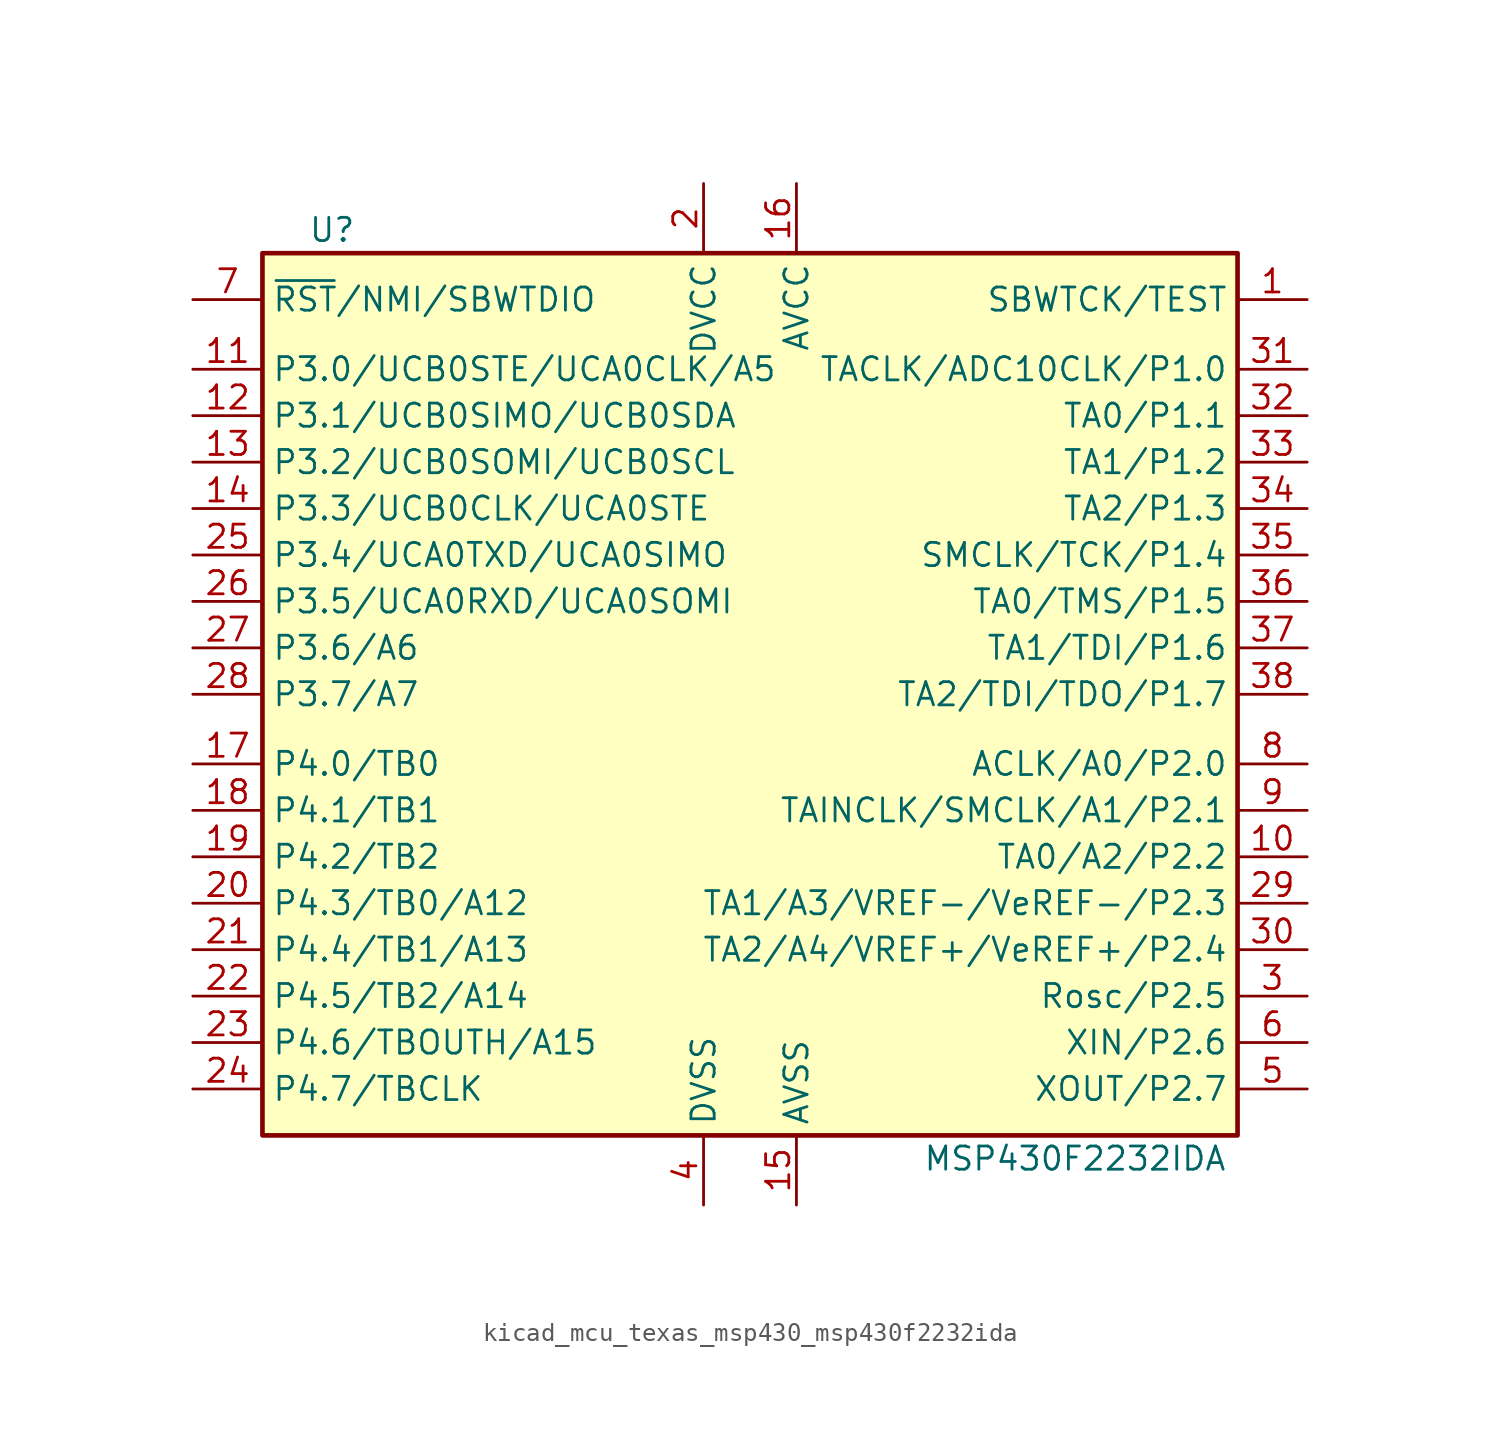
<source format=kicad_sym>
(kicad_symbol_lib
  (version 20220914)
  (generator kicad_symbol_editor)
  (symbol "kicad_mcu_texas_msp430_msp430f2232ida"
    (property "Reference" "U"
      (at -22.86 25.4 0)
      (effects (font (size 1.27 1.27))))
    (property "Value" "MSP430F2232IDA"
      (at 17.78 -25.4 0)
      (effects (font (size 1.27 1.27))))
    (symbol "kicad_mcu_texas_msp430_msp430f2232ida_0_1"
      (rectangle (start -26.67 24.13) (end 26.67 -24.13) (stroke (width 0.254) (type default)) (fill (type background))))
    (symbol "kicad_mcu_texas_msp430_msp430f2232ida_1_1"
      (pin input line (at 30.48 21.59 180) (length 3.81) (name "SBWTCK/TEST" (effects (font (size 1.27 1.27)))) (number "1" (effects (font (size 1.27 1.27)))))
      (pin bidirectional line (at 30.48 -8.89 180) (length 3.81) (name "TA0/A2/P2.2" (effects (font (size 1.27 1.27)))) (number "10" (effects (font (size 1.27 1.27)))))
      (pin bidirectional line (at -30.48 17.78 0) (length 3.81) (name "P3.0/UCB0STE/UCA0CLK/A5" (effects (font (size 1.27 1.27)))) (number "11" (effects (font (size 1.27 1.27)))))
      (pin bidirectional line (at -30.48 15.24 0) (length 3.81) (name "P3.1/UCB0SIMO/UCB0SDA" (effects (font (size 1.27 1.27)))) (number "12" (effects (font (size 1.27 1.27)))))
      (pin bidirectional line (at -30.48 12.7 0) (length 3.81) (name "P3.2/UCB0SOMI/UCB0SCL" (effects (font (size 1.27 1.27)))) (number "13" (effects (font (size 1.27 1.27)))))
      (pin bidirectional line (at -30.48 10.16 0) (length 3.81) (name "P3.3/UCB0CLK/UCA0STE" (effects (font (size 1.27 1.27)))) (number "14" (effects (font (size 1.27 1.27)))))
      (pin power_in line (at 2.54 -27.94 90) (length 3.81) (name "AVSS" (effects (font (size 1.27 1.27)))) (number "15" (effects (font (size 1.27 1.27)))))
      (pin power_in line (at 2.54 27.94 270) (length 3.81) (name "AVCC" (effects (font (size 1.27 1.27)))) (number "16" (effects (font (size 1.27 1.27)))))
      (pin bidirectional line (at -30.48 -3.81 0) (length 3.81) (name "P4.0/TB0" (effects (font (size 1.27 1.27)))) (number "17" (effects (font (size 1.27 1.27)))))
      (pin bidirectional line (at -30.48 -6.35 0) (length 3.81) (name "P4.1/TB1" (effects (font (size 1.27 1.27)))) (number "18" (effects (font (size 1.27 1.27)))))
      (pin bidirectional line (at -30.48 -8.89 0) (length 3.81) (name "P4.2/TB2" (effects (font (size 1.27 1.27)))) (number "19" (effects (font (size 1.27 1.27)))))
      (pin power_in line (at -2.54 27.94 270) (length 3.81) (name "DVCC" (effects (font (size 1.27 1.27)))) (number "2" (effects (font (size 1.27 1.27)))))
      (pin bidirectional line (at -30.48 -11.43 0) (length 3.81) (name "P4.3/TB0/A12" (effects (font (size 1.27 1.27)))) (number "20" (effects (font (size 1.27 1.27)))))
      (pin bidirectional line (at -30.48 -13.97 0) (length 3.81) (name "P4.4/TB1/A13" (effects (font (size 1.27 1.27)))) (number "21" (effects (font (size 1.27 1.27)))))
      (pin bidirectional line (at -30.48 -16.51 0) (length 3.81) (name "P4.5/TB2/A14" (effects (font (size 1.27 1.27)))) (number "22" (effects (font (size 1.27 1.27)))))
      (pin bidirectional line (at -30.48 -19.05 0) (length 3.81) (name "P4.6/TBOUTH/A15" (effects (font (size 1.27 1.27)))) (number "23" (effects (font (size 1.27 1.27)))))
      (pin bidirectional line (at -30.48 -21.59 0) (length 3.81) (name "P4.7/TBCLK" (effects (font (size 1.27 1.27)))) (number "24" (effects (font (size 1.27 1.27)))))
      (pin bidirectional line (at -30.48 7.62 0) (length 3.81) (name "P3.4/UCA0TXD/UCA0SIMO" (effects (font (size 1.27 1.27)))) (number "25" (effects (font (size 1.27 1.27)))))
      (pin bidirectional line (at -30.48 5.08 0) (length 3.81) (name "P3.5/UCA0RXD/UCA0SOMI" (effects (font (size 1.27 1.27)))) (number "26" (effects (font (size 1.27 1.27)))))
      (pin bidirectional line (at -30.48 2.54 0) (length 3.81) (name "P3.6/A6" (effects (font (size 1.27 1.27)))) (number "27" (effects (font (size 1.27 1.27)))))
      (pin bidirectional line (at -30.48 0 0) (length 3.81) (name "P3.7/A7" (effects (font (size 1.27 1.27)))) (number "28" (effects (font (size 1.27 1.27)))))
      (pin bidirectional line (at 30.48 -11.43 180) (length 3.81) (name "TA1/A3/VREF-/VeREF-/P2.3" (effects (font (size 1.27 1.27)))) (number "29" (effects (font (size 1.27 1.27)))))
      (pin bidirectional line (at 30.48 -16.51 180) (length 3.81) (name "Rosc/P2.5" (effects (font (size 1.27 1.27)))) (number "3" (effects (font (size 1.27 1.27)))))
      (pin bidirectional line (at 30.48 -13.97 180) (length 3.81) (name "TA2/A4/VREF+/VeREF+/P2.4" (effects (font (size 1.27 1.27)))) (number "30" (effects (font (size 1.27 1.27)))))
      (pin bidirectional line (at 30.48 17.78 180) (length 3.81) (name "TACLK/ADC10CLK/P1.0" (effects (font (size 1.27 1.27)))) (number "31" (effects (font (size 1.27 1.27)))))
      (pin bidirectional line (at 30.48 15.24 180) (length 3.81) (name "TA0/P1.1" (effects (font (size 1.27 1.27)))) (number "32" (effects (font (size 1.27 1.27)))))
      (pin bidirectional line (at 30.48 12.7 180) (length 3.81) (name "TA1/P1.2" (effects (font (size 1.27 1.27)))) (number "33" (effects (font (size 1.27 1.27)))))
      (pin bidirectional line (at 30.48 10.16 180) (length 3.81) (name "TA2/P1.3" (effects (font (size 1.27 1.27)))) (number "34" (effects (font (size 1.27 1.27)))))
      (pin bidirectional line (at 30.48 7.62 180) (length 3.81) (name "SMCLK/TCK/P1.4" (effects (font (size 1.27 1.27)))) (number "35" (effects (font (size 1.27 1.27)))))
      (pin bidirectional line (at 30.48 5.08 180) (length 3.81) (name "TA0/TMS/P1.5" (effects (font (size 1.27 1.27)))) (number "36" (effects (font (size 1.27 1.27)))))
      (pin bidirectional line (at 30.48 2.54 180) (length 3.81) (name "TA1/TDI/P1.6" (effects (font (size 1.27 1.27)))) (number "37" (effects (font (size 1.27 1.27)))))
      (pin bidirectional line (at 30.48 0 180) (length 3.81) (name "TA2/TDI/TDO/P1.7" (effects (font (size 1.27 1.27)))) (number "38" (effects (font (size 1.27 1.27)))))
      (pin power_in line (at -2.54 -27.94 90) (length 3.81) (name "DVSS" (effects (font (size 1.27 1.27)))) (number "4" (effects (font (size 1.27 1.27)))))
      (pin bidirectional line (at 30.48 -21.59 180) (length 3.81) (name "XOUT/P2.7" (effects (font (size 1.27 1.27)))) (number "5" (effects (font (size 1.27 1.27)))))
      (pin bidirectional line (at 30.48 -19.05 180) (length 3.81) (name "XIN/P2.6" (effects (font (size 1.27 1.27)))) (number "6" (effects (font (size 1.27 1.27)))))
      (pin bidirectional line (at -30.48 21.59 0) (length 3.81) (name "~{RST}/NMI/SBWTDIO" (effects (font (size 1.27 1.27)))) (number "7" (effects (font (size 1.27 1.27)))))
      (pin bidirectional line (at 30.48 -3.81 180) (length 3.81) (name "ACLK/A0/P2.0" (effects (font (size 1.27 1.27)))) (number "8" (effects (font (size 1.27 1.27)))))
      (pin bidirectional line (at 30.48 -6.35 180) (length 3.81) (name "TAINCLK/SMCLK/A1/P2.1" (effects (font (size 1.27 1.27)))) (number "9" (effects (font (size 1.27 1.27))))))))
</source>
